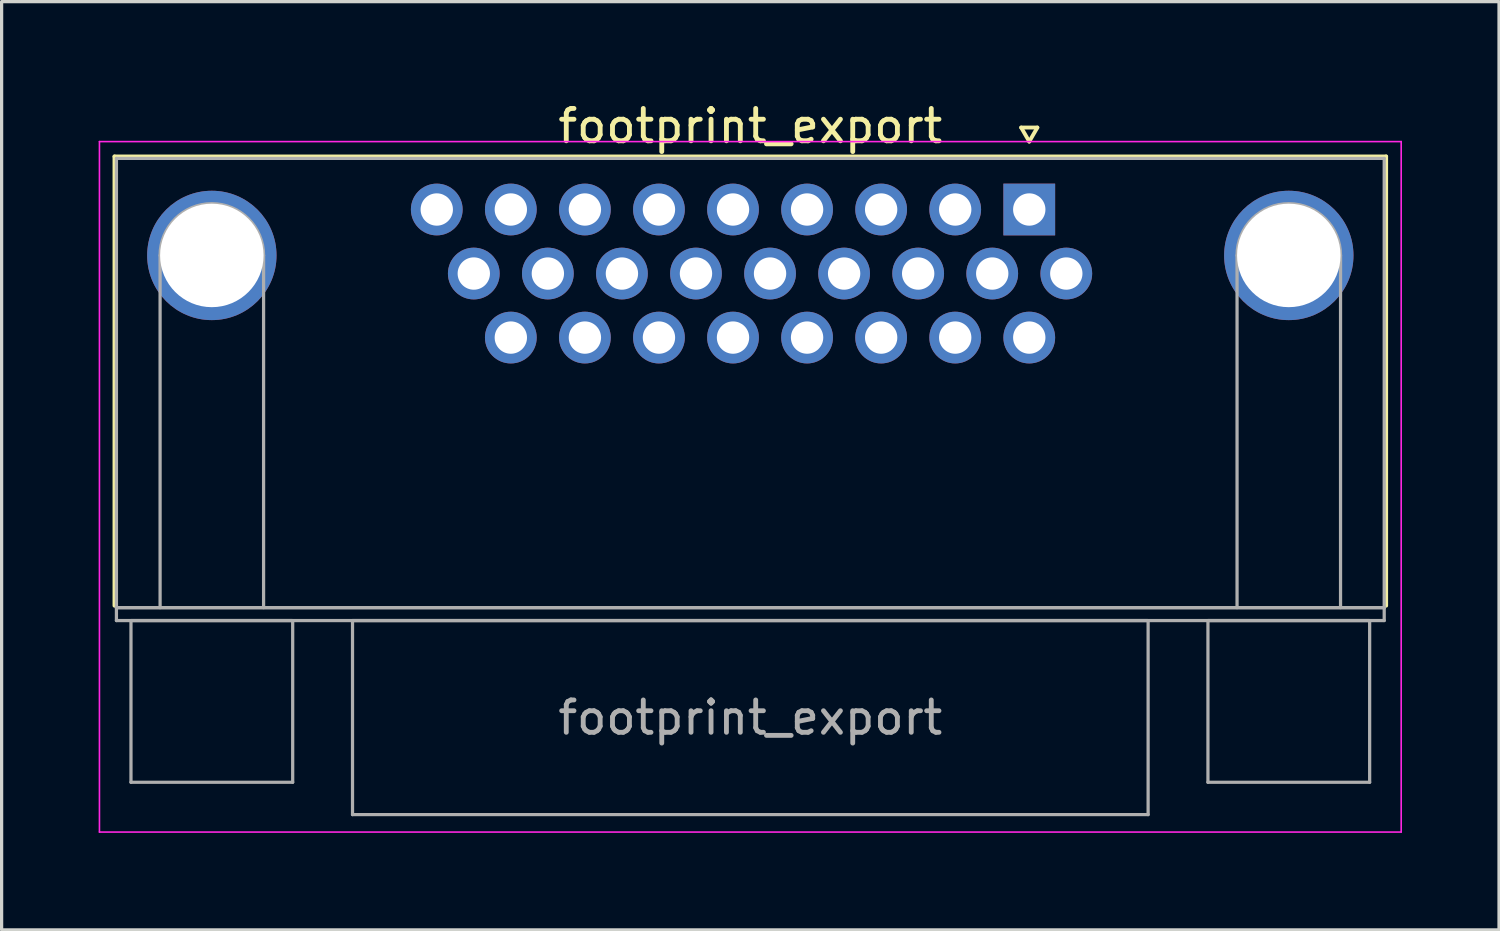
<source format=kicad_pcb>
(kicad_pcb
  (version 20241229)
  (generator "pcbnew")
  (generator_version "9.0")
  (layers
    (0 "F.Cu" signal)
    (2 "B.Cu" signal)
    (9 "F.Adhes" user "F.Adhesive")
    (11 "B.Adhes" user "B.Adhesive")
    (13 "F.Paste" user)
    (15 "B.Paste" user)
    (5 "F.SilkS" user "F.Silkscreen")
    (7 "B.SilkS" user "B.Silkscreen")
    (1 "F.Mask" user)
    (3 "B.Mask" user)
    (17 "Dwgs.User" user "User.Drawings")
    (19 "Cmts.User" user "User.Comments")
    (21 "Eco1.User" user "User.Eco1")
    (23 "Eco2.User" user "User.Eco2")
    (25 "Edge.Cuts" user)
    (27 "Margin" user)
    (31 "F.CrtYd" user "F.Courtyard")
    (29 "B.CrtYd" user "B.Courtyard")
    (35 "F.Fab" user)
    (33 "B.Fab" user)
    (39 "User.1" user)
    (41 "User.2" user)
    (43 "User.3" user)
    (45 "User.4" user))
  (footprint "footprint_export"
    (layer "F.Cu")
    (at 28.775 3.428)
    (property "Reference" "footprint_export" (at -8.625 -2.58 0) (layer "F.SilkS") (effects (font (size 1 1) (thickness 0.15))))
    (attr through_hole)
    (fp_line (start -28.285 -1.64) (end 11.035 -1.64) (stroke (width 0.12) (type solid)) (layer "F.SilkS"))
    (fp_line (start -28.285 12.25) (end -28.285 -1.64) (stroke (width 0.12) (type solid)) (layer "F.SilkS"))
    (fp_line (start -0.25 -2.534) (end 0.25 -2.534) (stroke (width 0.12) (type solid)) (layer "F.SilkS"))
    (fp_line (start 0 -2.101) (end -0.25 -2.534) (stroke (width 0.12) (type solid)) (layer "F.SilkS"))
    (fp_line (start 0.25 -2.534) (end 0 -2.101) (stroke (width 0.12) (type solid)) (layer "F.SilkS"))
    (fp_line (start 11.035 -1.64) (end 11.035 12.25) (stroke (width 0.12) (type solid)) (layer "F.SilkS"))
    (fp_line (start -28.75 -2.1) (end -28.75 19.25) (stroke (width 0.05) (type solid)) (layer "F.CrtYd"))
    (fp_line (start -28.75 19.25) (end 11.5 19.25) (stroke (width 0.05) (type solid)) (layer "F.CrtYd"))
    (fp_line (start 11.5 -2.1) (end -28.75 -2.1) (stroke (width 0.05) (type solid)) (layer "F.CrtYd"))
    (fp_line (start 11.5 19.25) (end 11.5 -2.1) (stroke (width 0.05) (type solid)) (layer "F.CrtYd"))
    (fp_line (start -28.225 -1.58) (end -28.225 12.31) (stroke (width 0.1) (type solid)) (layer "F.Fab"))
    (fp_line (start -28.225 12.31) (end -28.225 12.71) (stroke (width 0.1) (type solid)) (layer "F.Fab"))
    (fp_line (start -28.225 12.31) (end 10.975 12.31) (stroke (width 0.1) (type solid)) (layer "F.Fab"))
    (fp_line (start -28.225 12.71) (end 10.975 12.71) (stroke (width 0.1) (type solid)) (layer "F.Fab"))
    (fp_line (start -27.775 12.71) (end -27.775 17.71) (stroke (width 0.1) (type solid)) (layer "F.Fab"))
    (fp_line (start -27.775 17.71) (end -22.775 17.71) (stroke (width 0.1) (type solid)) (layer "F.Fab"))
    (fp_line (start -26.875 12.31) (end -26.875 1.42) (stroke (width 0.1) (type solid)) (layer "F.Fab"))
    (fp_line (start -23.675 12.31) (end -23.675 1.42) (stroke (width 0.1) (type solid)) (layer "F.Fab"))
    (fp_line (start -22.775 12.71) (end -27.775 12.71) (stroke (width 0.1) (type solid)) (layer "F.Fab"))
    (fp_line (start -22.775 17.71) (end -22.775 12.71) (stroke (width 0.1) (type solid)) (layer "F.Fab"))
    (fp_line (start -20.925 12.71) (end -20.925 18.71) (stroke (width 0.1) (type solid)) (layer "F.Fab"))
    (fp_line (start -20.925 18.71) (end 3.675 18.71) (stroke (width 0.1) (type solid)) (layer "F.Fab"))
    (fp_line (start 3.675 12.71) (end -20.925 12.71) (stroke (width 0.1) (type solid)) (layer "F.Fab"))
    (fp_line (start 3.675 18.71) (end 3.675 12.71) (stroke (width 0.1) (type solid)) (layer "F.Fab"))
    (fp_line (start 5.525 12.71) (end 5.525 17.71) (stroke (width 0.1) (type solid)) (layer "F.Fab"))
    (fp_line (start 5.525 17.71) (end 10.525 17.71) (stroke (width 0.1) (type solid)) (layer "F.Fab"))
    (fp_line (start 6.425 12.31) (end 6.425 1.42) (stroke (width 0.1) (type solid)) (layer "F.Fab"))
    (fp_line (start 9.625 12.31) (end 9.625 1.42) (stroke (width 0.1) (type solid)) (layer "F.Fab"))
    (fp_line (start 10.525 12.71) (end 5.525 12.71) (stroke (width 0.1) (type solid)) (layer "F.Fab"))
    (fp_line (start 10.525 17.71) (end 10.525 12.71) (stroke (width 0.1) (type solid)) (layer "F.Fab"))
    (fp_line (start 10.975 -1.58) (end -28.225 -1.58) (stroke (width 0.1) (type solid)) (layer "F.Fab"))
    (fp_line (start 10.975 12.31) (end -28.225 12.31) (stroke (width 0.1) (type solid)) (layer "F.Fab"))
    (fp_line (start 10.975 12.31) (end 10.975 -1.58) (stroke (width 0.1) (type solid)) (layer "F.Fab"))
    (fp_line (start 10.975 12.71) (end 10.975 12.31) (stroke (width 0.1) (type solid)) (layer "F.Fab"))
    (fp_arc (start -26.875 1.42) (mid -25.275 -0.18) (end -23.675 1.42) (stroke (width 0.1) (type solid)) (layer "F.Fab"))
    (fp_arc (start 6.425 1.42) (mid 8.025 -0.18) (end 9.625 1.42) (stroke (width 0.1) (type solid)) (layer "F.Fab"))
    (fp_text user "${REFERENCE}" (at -8.625 15.71 0) (layer "F.Fab") (effects (font (size 1 1) (thickness 0.15))))
    (pad "0" thru_hole circle (at -25.275 1.42) (size 4 4) (drill 3.2) (layers "*.Cu" "*.Mask"))
    (pad "0" thru_hole circle (at 8.025 1.42) (size 4 4) (drill 3.2) (layers "*.Cu" "*.Mask"))
    (pad "1" thru_hole rect (at 0 0) (size 1.6 1.6) (drill 1) (layers "*.Cu" "*.Mask"))
    (pad "2" thru_hole circle (at -2.29 0) (size 1.6 1.6) (drill 1) (layers "*.Cu" "*.Mask"))
    (pad "3" thru_hole circle (at -4.58 0) (size 1.6 1.6) (drill 1) (layers "*.Cu" "*.Mask"))
    (pad "4" thru_hole circle (at -6.87 0) (size 1.6 1.6) (drill 1) (layers "*.Cu" "*.Mask"))
    (pad "5" thru_hole circle (at -9.16 0) (size 1.6 1.6) (drill 1) (layers "*.Cu" "*.Mask"))
    (pad "6" thru_hole circle (at -11.45 0) (size 1.6 1.6) (drill 1) (layers "*.Cu" "*.Mask"))
    (pad "7" thru_hole circle (at -13.74 0) (size 1.6 1.6) (drill 1) (layers "*.Cu" "*.Mask"))
    (pad "8" thru_hole circle (at -16.03 0) (size 1.6 1.6) (drill 1) (layers "*.Cu" "*.Mask"))
    (pad "9" thru_hole circle (at -18.32 0) (size 1.6 1.6) (drill 1) (layers "*.Cu" "*.Mask"))
    (pad "10" thru_hole circle (at 1.145 1.98) (size 1.6 1.6) (drill 1) (layers "*.Cu" "*.Mask"))
    (pad "11" thru_hole circle (at -1.145 1.98) (size 1.6 1.6) (drill 1) (layers "*.Cu" "*.Mask"))
    (pad "12" thru_hole circle (at -3.435 1.98) (size 1.6 1.6) (drill 1) (layers "*.Cu" "*.Mask"))
    (pad "13" thru_hole circle (at -5.725 1.98) (size 1.6 1.6) (drill 1) (layers "*.Cu" "*.Mask"))
    (pad "14" thru_hole circle (at -8.015 1.98) (size 1.6 1.6) (drill 1) (layers "*.Cu" "*.Mask"))
    (pad "15" thru_hole circle (at -10.305 1.98) (size 1.6 1.6) (drill 1) (layers "*.Cu" "*.Mask"))
    (pad "16" thru_hole circle (at -12.595 1.98) (size 1.6 1.6) (drill 1) (layers "*.Cu" "*.Mask"))
    (pad "17" thru_hole circle (at -14.885 1.98) (size 1.6 1.6) (drill 1) (layers "*.Cu" "*.Mask"))
    (pad "18" thru_hole circle (at -17.175 1.98) (size 1.6 1.6) (drill 1) (layers "*.Cu" "*.Mask"))
    (pad "19" thru_hole circle (at 0 3.96) (size 1.6 1.6) (drill 1) (layers "*.Cu" "*.Mask"))
    (pad "20" thru_hole circle (at -2.29 3.96) (size 1.6 1.6) (drill 1) (layers "*.Cu" "*.Mask"))
    (pad "21" thru_hole circle (at -4.58 3.96) (size 1.6 1.6) (drill 1) (layers "*.Cu" "*.Mask"))
    (pad "22" thru_hole circle (at -6.87 3.96) (size 1.6 1.6) (drill 1) (layers "*.Cu" "*.Mask"))
    (pad "23" thru_hole circle (at -9.16 3.96) (size 1.6 1.6) (drill 1) (layers "*.Cu" "*.Mask"))
    (pad "24" thru_hole circle (at -11.45 3.96) (size 1.6 1.6) (drill 1) (layers "*.Cu" "*.Mask"))
    (pad "25" thru_hole circle (at -13.74 3.96) (size 1.6 1.6) (drill 1) (layers "*.Cu" "*.Mask"))
    (pad "26" thru_hole circle (at -16.03 3.96) (size 1.6 1.6) (drill 1) (layers "*.Cu" "*.Mask")))
  (gr_rect
    (start -3 -3)
    (end 43.3 25.703)
    (stroke (width 0.1) (type default))
    (fill no)
    (layer "Edge.Cuts")))
</source>
